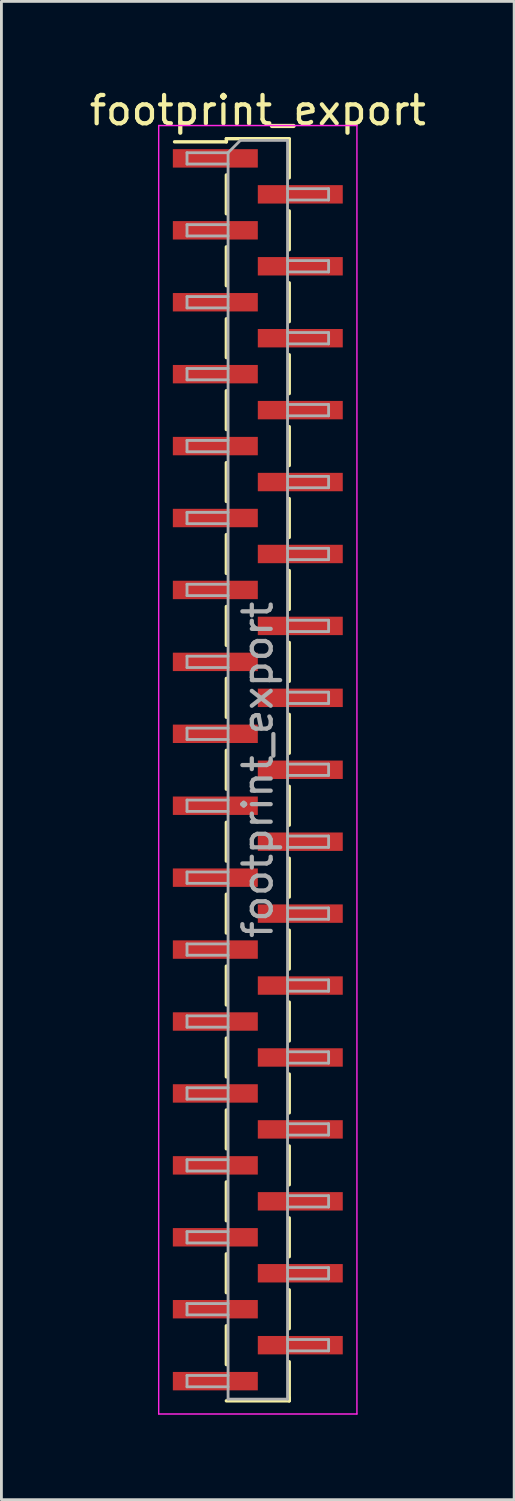
<source format=kicad_pcb>
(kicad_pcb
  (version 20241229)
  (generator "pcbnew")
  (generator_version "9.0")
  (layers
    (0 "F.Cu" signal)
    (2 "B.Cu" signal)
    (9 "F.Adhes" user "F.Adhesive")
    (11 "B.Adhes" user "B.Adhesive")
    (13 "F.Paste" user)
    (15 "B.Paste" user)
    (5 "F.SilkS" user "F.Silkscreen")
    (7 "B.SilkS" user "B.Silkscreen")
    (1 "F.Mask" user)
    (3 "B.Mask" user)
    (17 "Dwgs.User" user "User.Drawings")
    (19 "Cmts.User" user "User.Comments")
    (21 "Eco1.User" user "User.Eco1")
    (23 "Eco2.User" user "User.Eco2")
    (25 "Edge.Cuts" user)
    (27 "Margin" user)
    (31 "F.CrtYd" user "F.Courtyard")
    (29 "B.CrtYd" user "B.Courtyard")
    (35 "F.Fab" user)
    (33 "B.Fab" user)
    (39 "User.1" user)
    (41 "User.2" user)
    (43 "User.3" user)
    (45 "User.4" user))
  (footprint "footprint_export"
    (layer "F.Cu")
    (at 6.054 24.133)
    (property "Reference" "footprint_export" (at 0 -23.285 0) (layer "F.SilkS") (effects (font (size 1 1) (thickness 0.15))))
    (attr smd)
    (fp_line (start -1.11 -22.285) (end -1.11 -22.175) (stroke (width 0.12) (type solid)) (layer "F.SilkS"))
    (fp_line (start -1.11 -22.285) (end 1.11 -22.285) (stroke (width 0.12) (type solid)) (layer "F.SilkS"))
    (fp_line (start -1.11 -22.175) (end -2.94 -22.175) (stroke (width 0.12) (type solid)) (layer "F.SilkS"))
    (fp_line (start -1.11 -21.005) (end -1.11 -19.635) (stroke (width 0.12) (type solid)) (layer "F.SilkS"))
    (fp_line (start -1.11 -18.465) (end -1.11 -17.095) (stroke (width 0.12) (type solid)) (layer "F.SilkS"))
    (fp_line (start -1.11 -15.925) (end -1.11 -14.555) (stroke (width 0.12) (type solid)) (layer "F.SilkS"))
    (fp_line (start -1.11 -13.385) (end -1.11 -12.015) (stroke (width 0.12) (type solid)) (layer "F.SilkS"))
    (fp_line (start -1.11 -10.845) (end -1.11 -9.475) (stroke (width 0.12) (type solid)) (layer "F.SilkS"))
    (fp_line (start -1.11 -8.305) (end -1.11 -6.935) (stroke (width 0.12) (type solid)) (layer "F.SilkS"))
    (fp_line (start -1.11 -5.765) (end -1.11 -4.395) (stroke (width 0.12) (type solid)) (layer "F.SilkS"))
    (fp_line (start -1.11 -3.225) (end -1.11 -1.855) (stroke (width 0.12) (type solid)) (layer "F.SilkS"))
    (fp_line (start -1.11 -0.685) (end -1.11 0.685) (stroke (width 0.12) (type solid)) (layer "F.SilkS"))
    (fp_line (start -1.11 1.855) (end -1.11 3.225) (stroke (width 0.12) (type solid)) (layer "F.SilkS"))
    (fp_line (start -1.11 4.395) (end -1.11 5.765) (stroke (width 0.12) (type solid)) (layer "F.SilkS"))
    (fp_line (start -1.11 6.935) (end -1.11 8.305) (stroke (width 0.12) (type solid)) (layer "F.SilkS"))
    (fp_line (start -1.11 9.475) (end -1.11 10.845) (stroke (width 0.12) (type solid)) (layer "F.SilkS"))
    (fp_line (start -1.11 12.015) (end -1.11 13.385) (stroke (width 0.12) (type solid)) (layer "F.SilkS"))
    (fp_line (start -1.11 14.555) (end -1.11 15.925) (stroke (width 0.12) (type solid)) (layer "F.SilkS"))
    (fp_line (start -1.11 17.095) (end -1.11 18.465) (stroke (width 0.12) (type solid)) (layer "F.SilkS"))
    (fp_line (start -1.11 19.635) (end -1.11 21.005) (stroke (width 0.12) (type solid)) (layer "F.SilkS"))
    (fp_line (start -1.11 22.285) (end 1.11 22.285) (stroke (width 0.12) (type solid)) (layer "F.SilkS"))
    (fp_line (start 1.11 -22.275) (end 1.11 -20.905) (stroke (width 0.12) (type solid)) (layer "F.SilkS"))
    (fp_line (start 1.11 -19.735) (end 1.11 -18.365) (stroke (width 0.12) (type solid)) (layer "F.SilkS"))
    (fp_line (start 1.11 -17.195) (end 1.11 -15.825) (stroke (width 0.12) (type solid)) (layer "F.SilkS"))
    (fp_line (start 1.11 -14.655) (end 1.11 -13.285) (stroke (width 0.12) (type solid)) (layer "F.SilkS"))
    (fp_line (start 1.11 -12.115) (end 1.11 -10.745) (stroke (width 0.12) (type solid)) (layer "F.SilkS"))
    (fp_line (start 1.11 -9.575) (end 1.11 -8.205) (stroke (width 0.12) (type solid)) (layer "F.SilkS"))
    (fp_line (start 1.11 -7.035) (end 1.11 -5.665) (stroke (width 0.12) (type solid)) (layer "F.SilkS"))
    (fp_line (start 1.11 -4.495) (end 1.11 -3.125) (stroke (width 0.12) (type solid)) (layer "F.SilkS"))
    (fp_line (start 1.11 -1.955) (end 1.11 -0.585) (stroke (width 0.12) (type solid)) (layer "F.SilkS"))
    (fp_line (start 1.11 0.585) (end 1.11 1.955) (stroke (width 0.12) (type solid)) (layer "F.SilkS"))
    (fp_line (start 1.11 3.125) (end 1.11 4.495) (stroke (width 0.12) (type solid)) (layer "F.SilkS"))
    (fp_line (start 1.11 5.665) (end 1.11 7.035) (stroke (width 0.12) (type solid)) (layer "F.SilkS"))
    (fp_line (start 1.11 8.205) (end 1.11 9.575) (stroke (width 0.12) (type solid)) (layer "F.SilkS"))
    (fp_line (start 1.11 10.745) (end 1.11 12.115) (stroke (width 0.12) (type solid)) (layer "F.SilkS"))
    (fp_line (start 1.11 13.285) (end 1.11 14.655) (stroke (width 0.12) (type solid)) (layer "F.SilkS"))
    (fp_line (start 1.11 15.825) (end 1.11 17.195) (stroke (width 0.12) (type solid)) (layer "F.SilkS"))
    (fp_line (start 1.11 18.365) (end 1.11 19.735) (stroke (width 0.12) (type solid)) (layer "F.SilkS"))
    (fp_line (start 1.11 20.905) (end 1.11 22.275) (stroke (width 0.12) (type solid)) (layer "F.SilkS"))
    (fp_line (start 1.11 22.175) (end 1.11 22.285) (stroke (width 0.12) (type solid)) (layer "F.SilkS"))
    (fp_line (start -3.5 -22.75) (end -3.5 22.75) (stroke (width 0.05) (type solid)) (layer "F.CrtYd"))
    (fp_line (start -3.5 22.75) (end 3.5 22.75) (stroke (width 0.05) (type solid)) (layer "F.CrtYd"))
    (fp_line (start 3.5 -22.75) (end -3.5 -22.75) (stroke (width 0.05) (type solid)) (layer "F.CrtYd"))
    (fp_line (start 3.5 22.75) (end 3.5 -22.75) (stroke (width 0.05) (type solid)) (layer "F.CrtYd"))
    (fp_line (start -2.5 -21.79) (end -2.5 -21.39) (stroke (width 0.1) (type solid)) (layer "F.Fab"))
    (fp_line (start -2.5 -21.39) (end -1.05 -21.39) (stroke (width 0.1) (type solid)) (layer "F.Fab"))
    (fp_line (start -2.5 -19.25) (end -2.5 -18.85) (stroke (width 0.1) (type solid)) (layer "F.Fab"))
    (fp_line (start -2.5 -18.85) (end -1.05 -18.85) (stroke (width 0.1) (type solid)) (layer "F.Fab"))
    (fp_line (start -2.5 -16.71) (end -2.5 -16.31) (stroke (width 0.1) (type solid)) (layer "F.Fab"))
    (fp_line (start -2.5 -16.31) (end -1.05 -16.31) (stroke (width 0.1) (type solid)) (layer "F.Fab"))
    (fp_line (start -2.5 -14.17) (end -2.5 -13.77) (stroke (width 0.1) (type solid)) (layer "F.Fab"))
    (fp_line (start -2.5 -13.77) (end -1.05 -13.77) (stroke (width 0.1) (type solid)) (layer "F.Fab"))
    (fp_line (start -2.5 -11.63) (end -2.5 -11.23) (stroke (width 0.1) (type solid)) (layer "F.Fab"))
    (fp_line (start -2.5 -11.23) (end -1.05 -11.23) (stroke (width 0.1) (type solid)) (layer "F.Fab"))
    (fp_line (start -2.5 -9.09) (end -2.5 -8.69) (stroke (width 0.1) (type solid)) (layer "F.Fab"))
    (fp_line (start -2.5 -8.69) (end -1.05 -8.69) (stroke (width 0.1) (type solid)) (layer "F.Fab"))
    (fp_line (start -2.5 -6.55) (end -2.5 -6.15) (stroke (width 0.1) (type solid)) (layer "F.Fab"))
    (fp_line (start -2.5 -6.15) (end -1.05 -6.15) (stroke (width 0.1) (type solid)) (layer "F.Fab"))
    (fp_line (start -2.5 -4.01) (end -2.5 -3.61) (stroke (width 0.1) (type solid)) (layer "F.Fab"))
    (fp_line (start -2.5 -3.61) (end -1.05 -3.61) (stroke (width 0.1) (type solid)) (layer "F.Fab"))
    (fp_line (start -2.5 -1.47) (end -2.5 -1.07) (stroke (width 0.1) (type solid)) (layer "F.Fab"))
    (fp_line (start -2.5 -1.07) (end -1.05 -1.07) (stroke (width 0.1) (type solid)) (layer "F.Fab"))
    (fp_line (start -2.5 1.07) (end -2.5 1.47) (stroke (width 0.1) (type solid)) (layer "F.Fab"))
    (fp_line (start -2.5 1.47) (end -1.05 1.47) (stroke (width 0.1) (type solid)) (layer "F.Fab"))
    (fp_line (start -2.5 3.61) (end -2.5 4.01) (stroke (width 0.1) (type solid)) (layer "F.Fab"))
    (fp_line (start -2.5 4.01) (end -1.05 4.01) (stroke (width 0.1) (type solid)) (layer "F.Fab"))
    (fp_line (start -2.5 6.15) (end -2.5 6.55) (stroke (width 0.1) (type solid)) (layer "F.Fab"))
    (fp_line (start -2.5 6.55) (end -1.05 6.55) (stroke (width 0.1) (type solid)) (layer "F.Fab"))
    (fp_line (start -2.5 8.69) (end -2.5 9.09) (stroke (width 0.1) (type solid)) (layer "F.Fab"))
    (fp_line (start -2.5 9.09) (end -1.05 9.09) (stroke (width 0.1) (type solid)) (layer "F.Fab"))
    (fp_line (start -2.5 11.23) (end -2.5 11.63) (stroke (width 0.1) (type solid)) (layer "F.Fab"))
    (fp_line (start -2.5 11.63) (end -1.05 11.63) (stroke (width 0.1) (type solid)) (layer "F.Fab"))
    (fp_line (start -2.5 13.77) (end -2.5 14.17) (stroke (width 0.1) (type solid)) (layer "F.Fab"))
    (fp_line (start -2.5 14.17) (end -1.05 14.17) (stroke (width 0.1) (type solid)) (layer "F.Fab"))
    (fp_line (start -2.5 16.31) (end -2.5 16.71) (stroke (width 0.1) (type solid)) (layer "F.Fab"))
    (fp_line (start -2.5 16.71) (end -1.05 16.71) (stroke (width 0.1) (type solid)) (layer "F.Fab"))
    (fp_line (start -2.5 18.85) (end -2.5 19.25) (stroke (width 0.1) (type solid)) (layer "F.Fab"))
    (fp_line (start -2.5 19.25) (end -1.05 19.25) (stroke (width 0.1) (type solid)) (layer "F.Fab"))
    (fp_line (start -2.5 21.39) (end -2.5 21.79) (stroke (width 0.1) (type solid)) (layer "F.Fab"))
    (fp_line (start -2.5 21.79) (end -1.05 21.79) (stroke (width 0.1) (type solid)) (layer "F.Fab"))
    (fp_line (start -1.05 -21.79) (end -2.5 -21.79) (stroke (width 0.1) (type solid)) (layer "F.Fab"))
    (fp_line (start -1.05 -21.79) (end -0.615 -22.225) (stroke (width 0.1) (type solid)) (layer "F.Fab"))
    (fp_line (start -1.05 -19.25) (end -2.5 -19.25) (stroke (width 0.1) (type solid)) (layer "F.Fab"))
    (fp_line (start -1.05 -16.71) (end -2.5 -16.71) (stroke (width 0.1) (type solid)) (layer "F.Fab"))
    (fp_line (start -1.05 -14.17) (end -2.5 -14.17) (stroke (width 0.1) (type solid)) (layer "F.Fab"))
    (fp_line (start -1.05 -11.63) (end -2.5 -11.63) (stroke (width 0.1) (type solid)) (layer "F.Fab"))
    (fp_line (start -1.05 -9.09) (end -2.5 -9.09) (stroke (width 0.1) (type solid)) (layer "F.Fab"))
    (fp_line (start -1.05 -6.55) (end -2.5 -6.55) (stroke (width 0.1) (type solid)) (layer "F.Fab"))
    (fp_line (start -1.05 -4.01) (end -2.5 -4.01) (stroke (width 0.1) (type solid)) (layer "F.Fab"))
    (fp_line (start -1.05 -1.47) (end -2.5 -1.47) (stroke (width 0.1) (type solid)) (layer "F.Fab"))
    (fp_line (start -1.05 1.07) (end -2.5 1.07) (stroke (width 0.1) (type solid)) (layer "F.Fab"))
    (fp_line (start -1.05 3.61) (end -2.5 3.61) (stroke (width 0.1) (type solid)) (layer "F.Fab"))
    (fp_line (start -1.05 6.15) (end -2.5 6.15) (stroke (width 0.1) (type solid)) (layer "F.Fab"))
    (fp_line (start -1.05 8.69) (end -2.5 8.69) (stroke (width 0.1) (type solid)) (layer "F.Fab"))
    (fp_line (start -1.05 11.23) (end -2.5 11.23) (stroke (width 0.1) (type solid)) (layer "F.Fab"))
    (fp_line (start -1.05 13.77) (end -2.5 13.77) (stroke (width 0.1) (type solid)) (layer "F.Fab"))
    (fp_line (start -1.05 16.31) (end -2.5 16.31) (stroke (width 0.1) (type solid)) (layer "F.Fab"))
    (fp_line (start -1.05 18.85) (end -2.5 18.85) (stroke (width 0.1) (type solid)) (layer "F.Fab"))
    (fp_line (start -1.05 21.39) (end -2.5 21.39) (stroke (width 0.1) (type solid)) (layer "F.Fab"))
    (fp_line (start -1.05 22.225) (end -1.05 -21.79) (stroke (width 0.1) (type solid)) (layer "F.Fab"))
    (fp_line (start -0.615 -22.225) (end 1.05 -22.225) (stroke (width 0.1) (type solid)) (layer "F.Fab"))
    (fp_line (start 1.05 -22.225) (end 1.05 22.225) (stroke (width 0.1) (type solid)) (layer "F.Fab"))
    (fp_line (start 1.05 -20.52) (end 2.5 -20.52) (stroke (width 0.1) (type solid)) (layer "F.Fab"))
    (fp_line (start 1.05 -17.98) (end 2.5 -17.98) (stroke (width 0.1) (type solid)) (layer "F.Fab"))
    (fp_line (start 1.05 -15.44) (end 2.5 -15.44) (stroke (width 0.1) (type solid)) (layer "F.Fab"))
    (fp_line (start 1.05 -12.9) (end 2.5 -12.9) (stroke (width 0.1) (type solid)) (layer "F.Fab"))
    (fp_line (start 1.05 -10.36) (end 2.5 -10.36) (stroke (width 0.1) (type solid)) (layer "F.Fab"))
    (fp_line (start 1.05 -7.82) (end 2.5 -7.82) (stroke (width 0.1) (type solid)) (layer "F.Fab"))
    (fp_line (start 1.05 -5.28) (end 2.5 -5.28) (stroke (width 0.1) (type solid)) (layer "F.Fab"))
    (fp_line (start 1.05 -2.74) (end 2.5 -2.74) (stroke (width 0.1) (type solid)) (layer "F.Fab"))
    (fp_line (start 1.05 -0.2) (end 2.5 -0.2) (stroke (width 0.1) (type solid)) (layer "F.Fab"))
    (fp_line (start 1.05 2.34) (end 2.5 2.34) (stroke (width 0.1) (type solid)) (layer "F.Fab"))
    (fp_line (start 1.05 4.88) (end 2.5 4.88) (stroke (width 0.1) (type solid)) (layer "F.Fab"))
    (fp_line (start 1.05 7.42) (end 2.5 7.42) (stroke (width 0.1) (type solid)) (layer "F.Fab"))
    (fp_line (start 1.05 9.96) (end 2.5 9.96) (stroke (width 0.1) (type solid)) (layer "F.Fab"))
    (fp_line (start 1.05 12.5) (end 2.5 12.5) (stroke (width 0.1) (type solid)) (layer "F.Fab"))
    (fp_line (start 1.05 15.04) (end 2.5 15.04) (stroke (width 0.1) (type solid)) (layer "F.Fab"))
    (fp_line (start 1.05 17.58) (end 2.5 17.58) (stroke (width 0.1) (type solid)) (layer "F.Fab"))
    (fp_line (start 1.05 20.12) (end 2.5 20.12) (stroke (width 0.1) (type solid)) (layer "F.Fab"))
    (fp_line (start 1.05 22.225) (end -1.05 22.225) (stroke (width 0.1) (type solid)) (layer "F.Fab"))
    (fp_line (start 2.5 -20.52) (end 2.5 -20.12) (stroke (width 0.1) (type solid)) (layer "F.Fab"))
    (fp_line (start 2.5 -20.12) (end 1.05 -20.12) (stroke (width 0.1) (type solid)) (layer "F.Fab"))
    (fp_line (start 2.5 -17.98) (end 2.5 -17.58) (stroke (width 0.1) (type solid)) (layer "F.Fab"))
    (fp_line (start 2.5 -17.58) (end 1.05 -17.58) (stroke (width 0.1) (type solid)) (layer "F.Fab"))
    (fp_line (start 2.5 -15.44) (end 2.5 -15.04) (stroke (width 0.1) (type solid)) (layer "F.Fab"))
    (fp_line (start 2.5 -15.04) (end 1.05 -15.04) (stroke (width 0.1) (type solid)) (layer "F.Fab"))
    (fp_line (start 2.5 -12.9) (end 2.5 -12.5) (stroke (width 0.1) (type solid)) (layer "F.Fab"))
    (fp_line (start 2.5 -12.5) (end 1.05 -12.5) (stroke (width 0.1) (type solid)) (layer "F.Fab"))
    (fp_line (start 2.5 -10.36) (end 2.5 -9.96) (stroke (width 0.1) (type solid)) (layer "F.Fab"))
    (fp_line (start 2.5 -9.96) (end 1.05 -9.96) (stroke (width 0.1) (type solid)) (layer "F.Fab"))
    (fp_line (start 2.5 -7.82) (end 2.5 -7.42) (stroke (width 0.1) (type solid)) (layer "F.Fab"))
    (fp_line (start 2.5 -7.42) (end 1.05 -7.42) (stroke (width 0.1) (type solid)) (layer "F.Fab"))
    (fp_line (start 2.5 -5.28) (end 2.5 -4.88) (stroke (width 0.1) (type solid)) (layer "F.Fab"))
    (fp_line (start 2.5 -4.88) (end 1.05 -4.88) (stroke (width 0.1) (type solid)) (layer "F.Fab"))
    (fp_line (start 2.5 -2.74) (end 2.5 -2.34) (stroke (width 0.1) (type solid)) (layer "F.Fab"))
    (fp_line (start 2.5 -2.34) (end 1.05 -2.34) (stroke (width 0.1) (type solid)) (layer "F.Fab"))
    (fp_line (start 2.5 -0.2) (end 2.5 0.2) (stroke (width 0.1) (type solid)) (layer "F.Fab"))
    (fp_line (start 2.5 0.2) (end 1.05 0.2) (stroke (width 0.1) (type solid)) (layer "F.Fab"))
    (fp_line (start 2.5 2.34) (end 2.5 2.74) (stroke (width 0.1) (type solid)) (layer "F.Fab"))
    (fp_line (start 2.5 2.74) (end 1.05 2.74) (stroke (width 0.1) (type solid)) (layer "F.Fab"))
    (fp_line (start 2.5 4.88) (end 2.5 5.28) (stroke (width 0.1) (type solid)) (layer "F.Fab"))
    (fp_line (start 2.5 5.28) (end 1.05 5.28) (stroke (width 0.1) (type solid)) (layer "F.Fab"))
    (fp_line (start 2.5 7.42) (end 2.5 7.82) (stroke (width 0.1) (type solid)) (layer "F.Fab"))
    (fp_line (start 2.5 7.82) (end 1.05 7.82) (stroke (width 0.1) (type solid)) (layer "F.Fab"))
    (fp_line (start 2.5 9.96) (end 2.5 10.36) (stroke (width 0.1) (type solid)) (layer "F.Fab"))
    (fp_line (start 2.5 10.36) (end 1.05 10.36) (stroke (width 0.1) (type solid)) (layer "F.Fab"))
    (fp_line (start 2.5 12.5) (end 2.5 12.9) (stroke (width 0.1) (type solid)) (layer "F.Fab"))
    (fp_line (start 2.5 12.9) (end 1.05 12.9) (stroke (width 0.1) (type solid)) (layer "F.Fab"))
    (fp_line (start 2.5 15.04) (end 2.5 15.44) (stroke (width 0.1) (type solid)) (layer "F.Fab"))
    (fp_line (start 2.5 15.44) (end 1.05 15.44) (stroke (width 0.1) (type solid)) (layer "F.Fab"))
    (fp_line (start 2.5 17.58) (end 2.5 17.98) (stroke (width 0.1) (type solid)) (layer "F.Fab"))
    (fp_line (start 2.5 17.98) (end 1.05 17.98) (stroke (width 0.1) (type solid)) (layer "F.Fab"))
    (fp_line (start 2.5 20.12) (end 2.5 20.52) (stroke (width 0.1) (type solid)) (layer "F.Fab"))
    (fp_line (start 2.5 20.52) (end 1.05 20.52) (stroke (width 0.1) (type solid)) (layer "F.Fab"))
    (fp_text user "${REFERENCE}" (at 0 0 90) (layer "F.Fab") (effects (font (size 1 1) (thickness 0.15))))
    (pad "1" smd rect (at -1.5 -21.59) (size 3 0.65) (layers "F.Cu" "F.Mask" "F.Paste"))
    (pad "2" smd rect (at 1.5 -20.32) (size 3 0.65) (layers "F.Cu" "F.Mask" "F.Paste"))
    (pad "3" smd rect (at -1.5 -19.05) (size 3 0.65) (layers "F.Cu" "F.Mask" "F.Paste"))
    (pad "4" smd rect (at 1.5 -17.78) (size 3 0.65) (layers "F.Cu" "F.Mask" "F.Paste"))
    (pad "5" smd rect (at -1.5 -16.51) (size 3 0.65) (layers "F.Cu" "F.Mask" "F.Paste"))
    (pad "6" smd rect (at 1.5 -15.24) (size 3 0.65) (layers "F.Cu" "F.Mask" "F.Paste"))
    (pad "7" smd rect (at -1.5 -13.97) (size 3 0.65) (layers "F.Cu" "F.Mask" "F.Paste"))
    (pad "8" smd rect (at 1.5 -12.7) (size 3 0.65) (layers "F.Cu" "F.Mask" "F.Paste"))
    (pad "9" smd rect (at -1.5 -11.43) (size 3 0.65) (layers "F.Cu" "F.Mask" "F.Paste"))
    (pad "10" smd rect (at 1.5 -10.16) (size 3 0.65) (layers "F.Cu" "F.Mask" "F.Paste"))
    (pad "11" smd rect (at -1.5 -8.89) (size 3 0.65) (layers "F.Cu" "F.Mask" "F.Paste"))
    (pad "12" smd rect (at 1.5 -7.62) (size 3 0.65) (layers "F.Cu" "F.Mask" "F.Paste"))
    (pad "13" smd rect (at -1.5 -6.35) (size 3 0.65) (layers "F.Cu" "F.Mask" "F.Paste"))
    (pad "14" smd rect (at 1.5 -5.08) (size 3 0.65) (layers "F.Cu" "F.Mask" "F.Paste"))
    (pad "15" smd rect (at -1.5 -3.81) (size 3 0.65) (layers "F.Cu" "F.Mask" "F.Paste"))
    (pad "16" smd rect (at 1.5 -2.54) (size 3 0.65) (layers "F.Cu" "F.Mask" "F.Paste"))
    (pad "17" smd rect (at -1.5 -1.27) (size 3 0.65) (layers "F.Cu" "F.Mask" "F.Paste"))
    (pad "18" smd rect (at 1.5 0) (size 3 0.65) (layers "F.Cu" "F.Mask" "F.Paste"))
    (pad "19" smd rect (at -1.5 1.27) (size 3 0.65) (layers "F.Cu" "F.Mask" "F.Paste"))
    (pad "20" smd rect (at 1.5 2.54) (size 3 0.65) (layers "F.Cu" "F.Mask" "F.Paste"))
    (pad "21" smd rect (at -1.5 3.81) (size 3 0.65) (layers "F.Cu" "F.Mask" "F.Paste"))
    (pad "22" smd rect (at 1.5 5.08) (size 3 0.65) (layers "F.Cu" "F.Mask" "F.Paste"))
    (pad "23" smd rect (at -1.5 6.35) (size 3 0.65) (layers "F.Cu" "F.Mask" "F.Paste"))
    (pad "24" smd rect (at 1.5 7.62) (size 3 0.65) (layers "F.Cu" "F.Mask" "F.Paste"))
    (pad "25" smd rect (at -1.5 8.89) (size 3 0.65) (layers "F.Cu" "F.Mask" "F.Paste"))
    (pad "26" smd rect (at 1.5 10.16) (size 3 0.65) (layers "F.Cu" "F.Mask" "F.Paste"))
    (pad "27" smd rect (at -1.5 11.43) (size 3 0.65) (layers "F.Cu" "F.Mask" "F.Paste"))
    (pad "28" smd rect (at 1.5 12.7) (size 3 0.65) (layers "F.Cu" "F.Mask" "F.Paste"))
    (pad "29" smd rect (at -1.5 13.97) (size 3 0.65) (layers "F.Cu" "F.Mask" "F.Paste"))
    (pad "30" smd rect (at 1.5 15.24) (size 3 0.65) (layers "F.Cu" "F.Mask" "F.Paste"))
    (pad "31" smd rect (at -1.5 16.51) (size 3 0.65) (layers "F.Cu" "F.Mask" "F.Paste"))
    (pad "32" smd rect (at 1.5 17.78) (size 3 0.65) (layers "F.Cu" "F.Mask" "F.Paste"))
    (pad "33" smd rect (at -1.5 19.05) (size 3 0.65) (layers "F.Cu" "F.Mask" "F.Paste"))
    (pad "34" smd rect (at 1.5 20.32) (size 3 0.65) (layers "F.Cu" "F.Mask" "F.Paste"))
    (pad "35" smd rect (at -1.5 21.59) (size 3 0.65) (layers "F.Cu" "F.Mask" "F.Paste")))
  (gr_rect
    (start -3 -3)
    (end 15.107 49.908)
    (stroke (width 0.1) (type default))
    (fill no)
    (layer "Edge.Cuts")))
</source>
